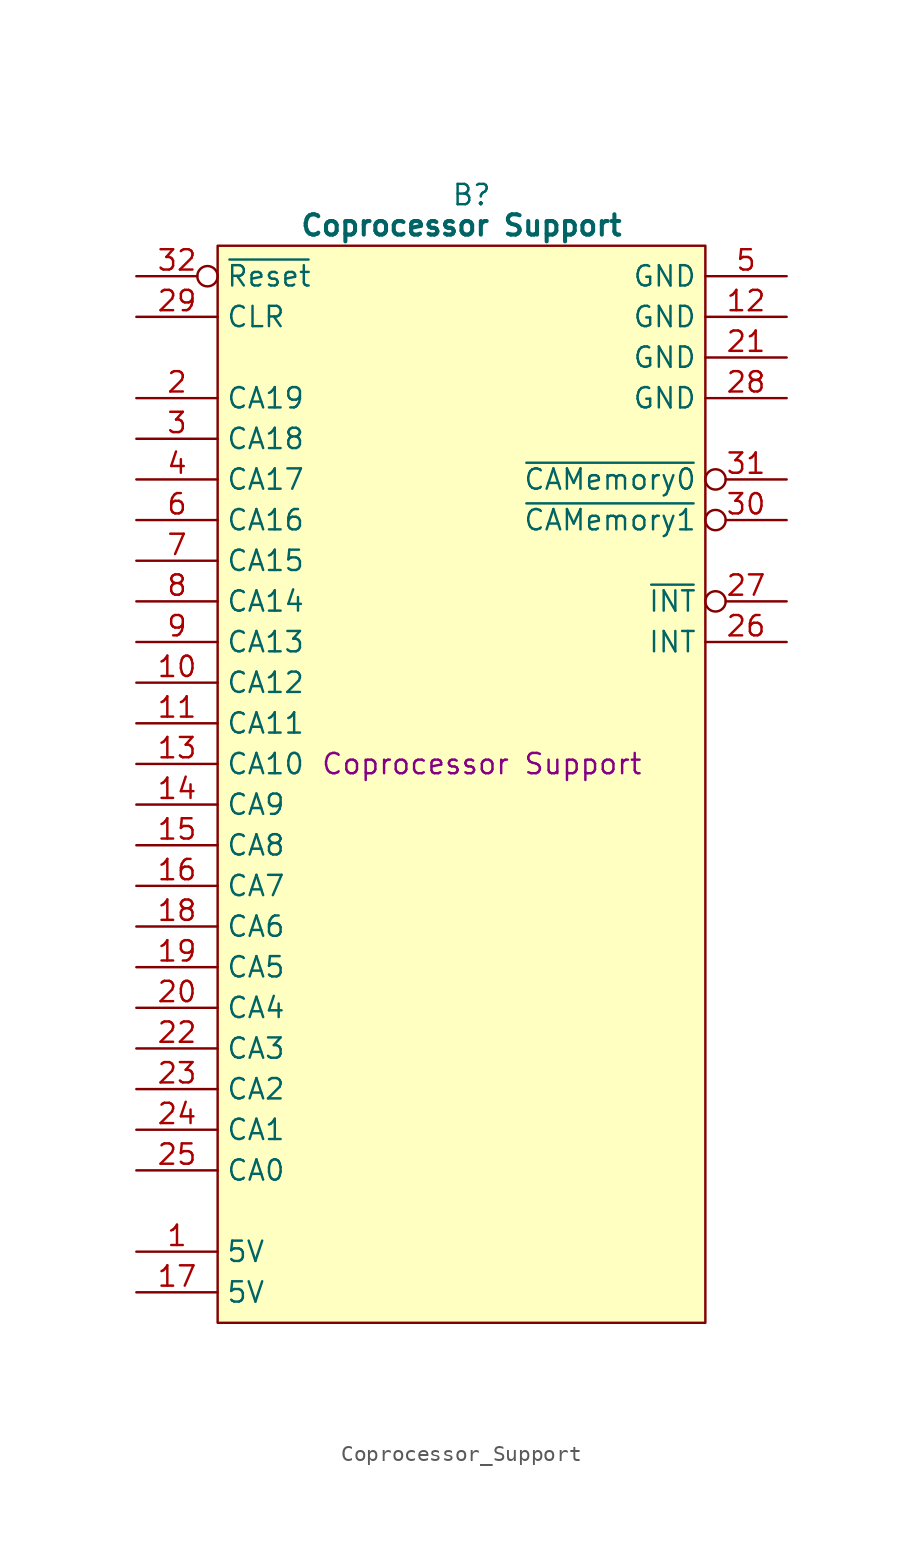
<source format=kicad_sym>
(kicad_symbol_lib
  (version 20241209)
  (generator "kicad_symbol_editor")
  (generator_version "9.0")
  (symbol "Coprocessor_Support"
    (property "Reference" "B"
      (at 15.875 5.08 0)
      (effects (font (size 1.27 1.27))))
    (property "Value" "Coprocessor Support"
      (at 15.24 3.175 0)
      (effects (font (size 1.27 1.27) (bold yes))))
    (property "Description" "Coprocessor Support"
      (at 16.51 -30.48 0)
      (effects (font (size 1.27 1.27))))
    (symbol "Coprocessor_Support_0_1"
      (polyline (pts (xy 0 1.905) (xy 30.48 1.905) (xy 30.48 -65.405) (xy 0 -65.405) (xy 0 1.905)) (stroke (width 0.152) (type default)) (fill (type background))))
    (symbol "Coprocessor_Support_1_0"
      (pin input inverted (at -5.08 0 0) (length 5.08) (name "~{Reset}" (effects (font (size 1.27 1.27)))) (number "32" (effects (font (size 1.27 1.27))))))
    (symbol "Coprocessor_Support_1_1"
      (pin input line (at -5.08 -2.54 0) (length 5.08) (name "CLR" (effects (font (size 1.27 1.27)))) (number "29" (effects (font (size 1.27 1.27)))))
      (pin input line (at -5.08 -7.62 0) (length 5.08) (name "CA19" (effects (font (size 1.27 1.27)))) (number "2" (effects (font (size 1.27 1.27)))))
      (pin input line (at -5.08 -10.16 0) (length 5.08) (name "CA18" (effects (font (size 1.27 1.27)))) (number "3" (effects (font (size 1.27 1.27)))))
      (pin input line (at -5.08 -12.7 0) (length 5.08) (name "CA17" (effects (font (size 1.27 1.27)))) (number "4" (effects (font (size 1.27 1.27)))))
      (pin input line (at -5.08 -15.24 0) (length 5.08) (name "CA16" (effects (font (size 1.27 1.27)))) (number "6" (effects (font (size 1.27 1.27)))))
      (pin input line (at -5.08 -17.78 0) (length 5.08) (name "CA15" (effects (font (size 1.27 1.27)))) (number "7" (effects (font (size 1.27 1.27)))))
      (pin input line (at -5.08 -20.32 0) (length 5.08) (name "CA14" (effects (font (size 1.27 1.27)))) (number "8" (effects (font (size 1.27 1.27)))))
      (pin input line (at -5.08 -22.86 0) (length 5.08) (name "CA13" (effects (font (size 1.27 1.27)))) (number "9" (effects (font (size 1.27 1.27)))))
      (pin input line (at -5.08 -25.4 0) (length 5.08) (name "CA12" (effects (font (size 1.27 1.27)))) (number "10" (effects (font (size 1.27 1.27)))))
      (pin input line (at -5.08 -27.94 0) (length 5.08) (name "CA11" (effects (font (size 1.27 1.27)))) (number "11" (effects (font (size 1.27 1.27)))))
      (pin input line (at -5.08 -30.48 0) (length 5.08) (name "CA10" (effects (font (size 1.27 1.27)))) (number "13" (effects (font (size 1.27 1.27)))))
      (pin input line (at -5.08 -33.02 0) (length 5.08) (name "CA9" (effects (font (size 1.27 1.27)))) (number "14" (effects (font (size 1.27 1.27)))))
      (pin input line (at -5.08 -35.56 0) (length 5.08) (name "CA8" (effects (font (size 1.27 1.27)))) (number "15" (effects (font (size 1.27 1.27)))))
      (pin input line (at -5.08 -38.1 0) (length 5.08) (name "CA7" (effects (font (size 1.27 1.27)))) (number "16" (effects (font (size 1.27 1.27)))))
      (pin input line (at -5.08 -40.64 0) (length 5.08) (name "CA6" (effects (font (size 1.27 1.27)))) (number "18" (effects (font (size 1.27 1.27)))))
      (pin input line (at -5.08 -43.18 0) (length 5.08) (name "CA5" (effects (font (size 1.27 1.27)))) (number "19" (effects (font (size 1.27 1.27)))))
      (pin input line (at -5.08 -45.72 0) (length 5.08) (name "CA4" (effects (font (size 1.27 1.27)))) (number "20" (effects (font (size 1.27 1.27)))))
      (pin input line (at -5.08 -48.26 0) (length 5.08) (name "CA3" (effects (font (size 1.27 1.27)))) (number "22" (effects (font (size 1.27 1.27)))))
      (pin input line (at -5.08 -50.8 0) (length 5.08) (name "CA2" (effects (font (size 1.27 1.27)))) (number "23" (effects (font (size 1.27 1.27)))))
      (pin input line (at -5.08 -53.34 0) (length 5.08) (name "CA1" (effects (font (size 1.27 1.27)))) (number "24" (effects (font (size 1.27 1.27)))))
      (pin input line (at -5.08 -55.88 0) (length 5.08) (name "CA0" (effects (font (size 1.27 1.27)))) (number "25" (effects (font (size 1.27 1.27)))))
      (pin passive line (at -5.08 -60.96 0) (length 5.08) (name "5V" (effects (font (size 1.27 1.27)))) (number "1" (effects (font (size 1.27 1.27)))))
      (pin passive line (at -5.08 -63.5 0) (length 5.08) (name "5V" (effects (font (size 1.27 1.27)))) (number "17" (effects (font (size 1.27 1.27)))))
      (pin passive line (at 35.56 0 180) (length 5.08) (name "GND" (effects (font (size 1.27 1.27)))) (number "5" (effects (font (size 1.27 1.27)))))
      (pin passive line (at 35.56 -2.54 180) (length 5.08) (name "GND" (effects (font (size 1.27 1.27)))) (number "12" (effects (font (size 1.27 1.27)))))
      (pin passive line (at 35.56 -5.08 180) (length 5.08) (name "GND" (effects (font (size 1.27 1.27)))) (number "21" (effects (font (size 1.27 1.27)))))
      (pin passive line (at 35.56 -7.62 180) (length 5.08) (name "GND" (effects (font (size 1.27 1.27)))) (number "28" (effects (font (size 1.27 1.27)))))
      (pin output inverted (at 35.56 -12.7 180) (length 5.08) (name "~{CAMemory0}" (effects (font (size 1.27 1.27)))) (number "31" (effects (font (size 1.27 1.27)))))
      (pin output inverted (at 35.56 -15.24 180) (length 5.08) (name "~{CAMemory1}" (effects (font (size 1.27 1.27)))) (number "30" (effects (font (size 1.27 1.27)))))
      (pin output inverted (at 35.56 -20.32 180) (length 5.08) (name "~{INT}" (effects (font (size 1.27 1.27)))) (number "27" (effects (font (size 1.27 1.27)))))
      (pin output line (at 35.56 -22.86 180) (length 5.08) (name "INT" (effects (font (size 1.27 1.27)))) (number "26" (effects (font (size 1.27 1.27))))))))
</source>
